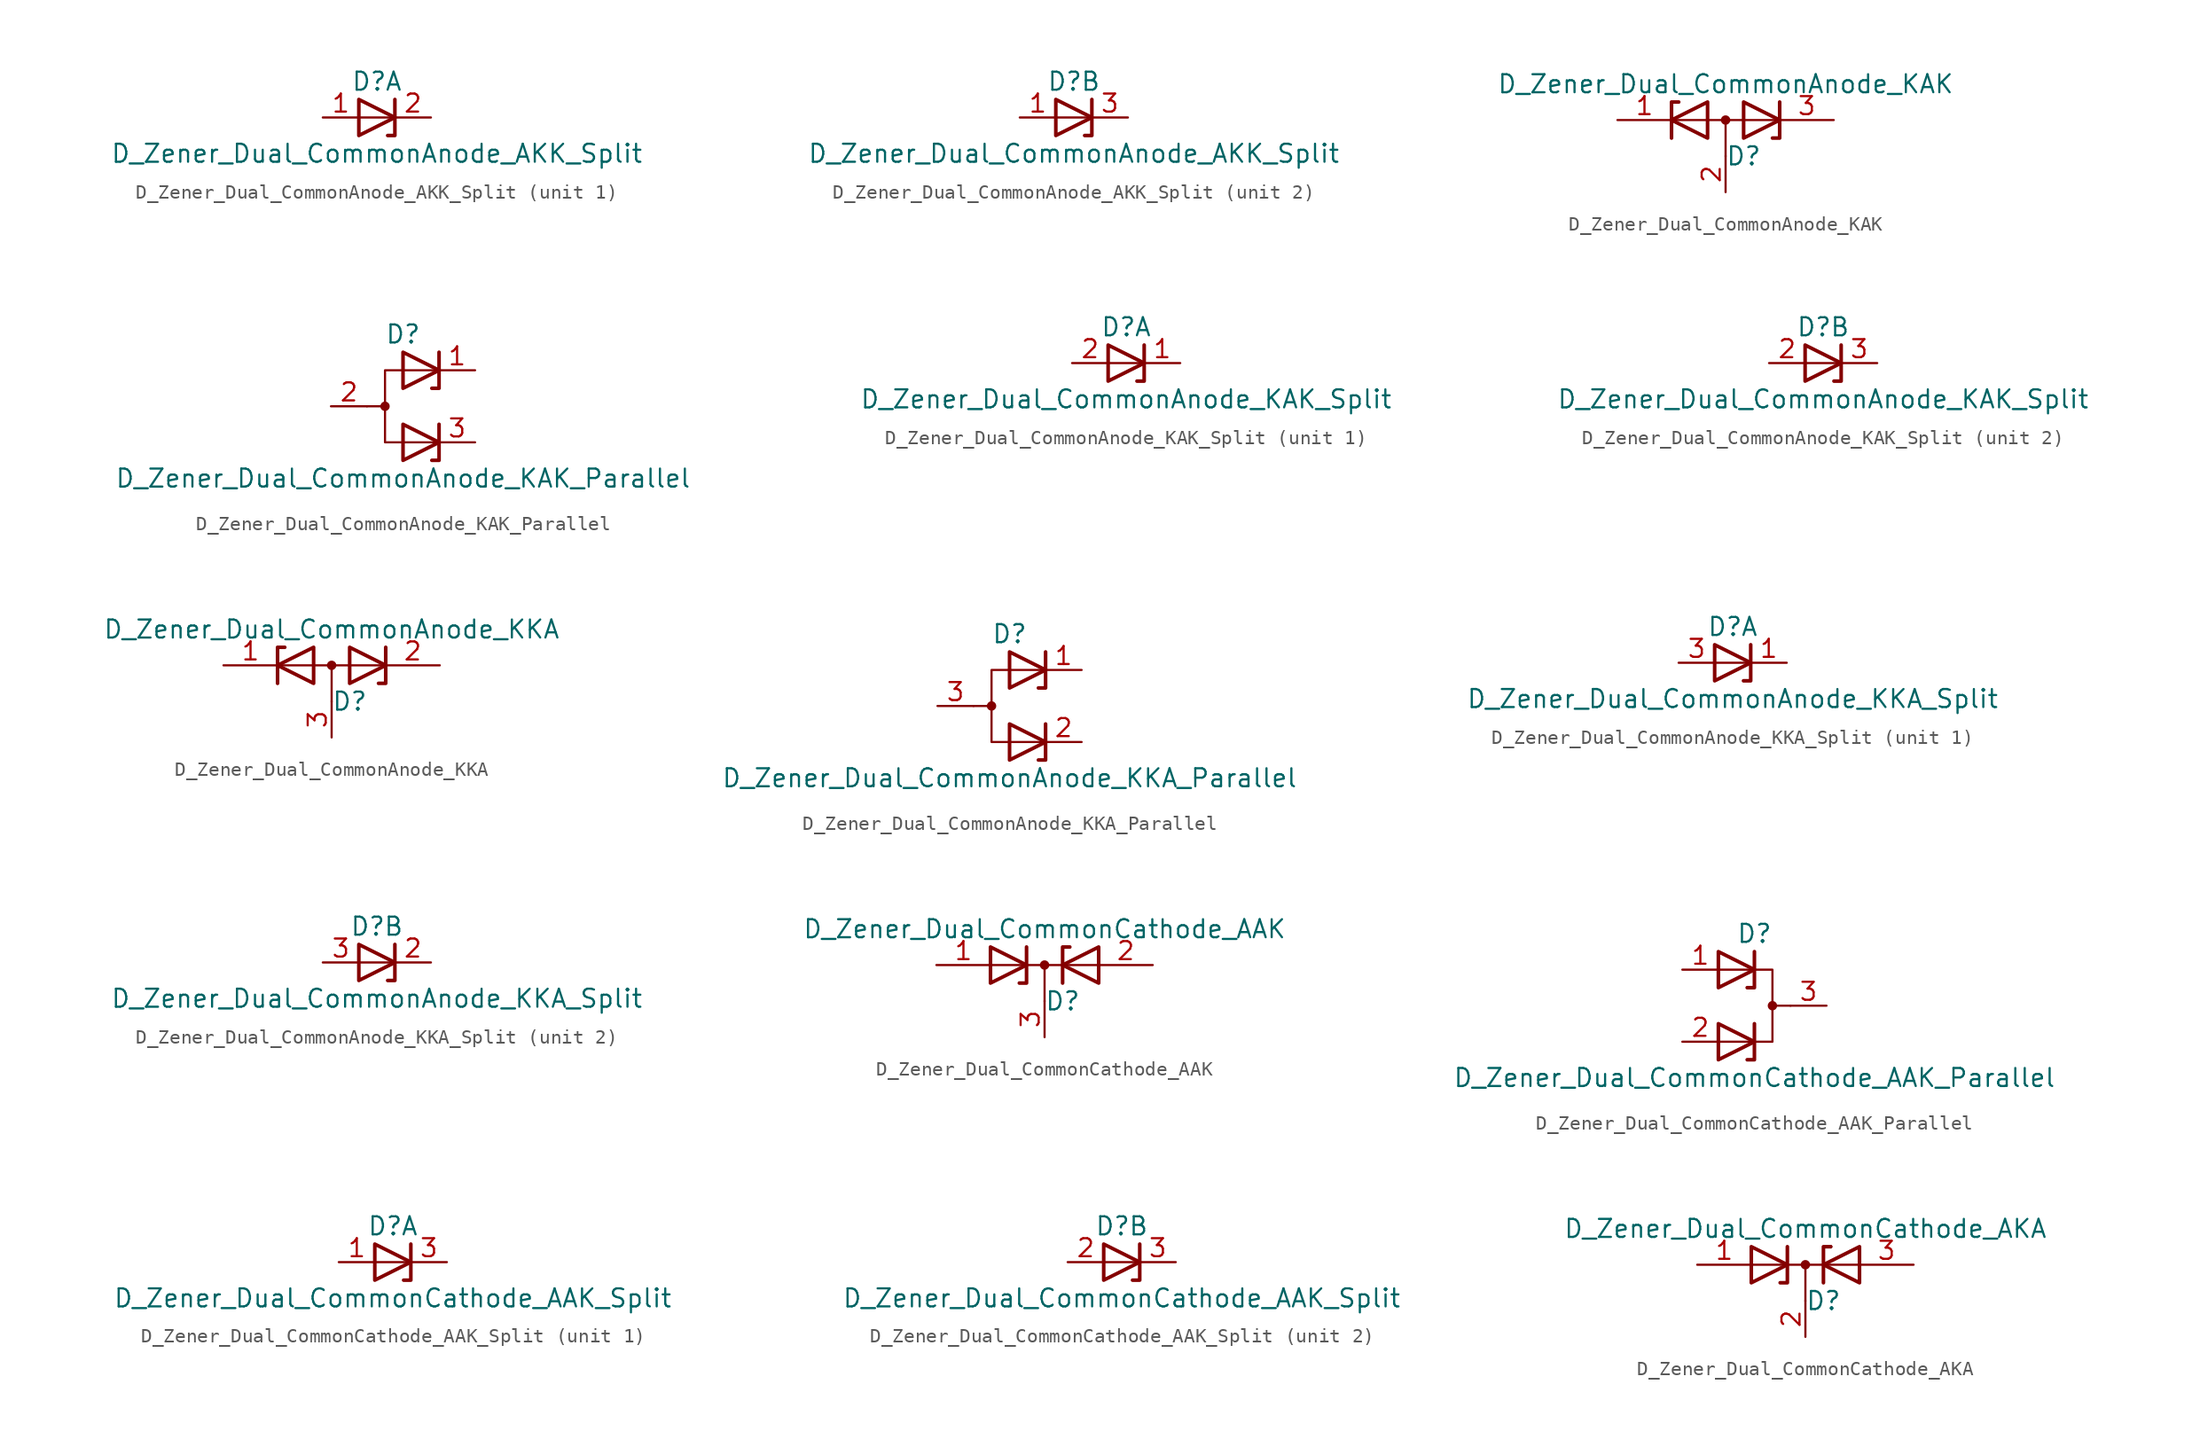
<source format=kicad_sym>
(kicad_symbol_lib
  (version 20241209)
  (generator "kicad_symbol_editor")
  (generator_version "9.0")
  (symbol "D_Zener_Dual_CommonAnode_AKK_Split"
    (pin_names
      (offset 0.762)
      (hide yes))
    (property "Reference" "D"
      (at 0 2.54 0)
      (effects (font (size 1.27 1.27))))
    (property "Value" "D_Zener_Dual_CommonAnode_AKK_Split"
      (at 0 -2.54 0)
      (effects (font (size 1.27 1.27))))
    (property "ki_locked" ""
      (at 0 0 0)
      (effects (font (size 1.27 1.27))))
    (symbol "D_Zener_Dual_CommonAnode_AKK_Split_0_0"
      (polyline (pts (xy 1.27 1.27) (xy 1.27 -1.27) (xy 0.762 -1.27)) (stroke (width 0.254) (type default)) (fill (type none))))
    (symbol "D_Zener_Dual_CommonAnode_AKK_Split_0_1"
      (polyline (pts (xy -1.27 1.27) (xy 1.27 0) (xy -1.27 -1.27) (xy -1.27 1.27) (xy -1.27 1.27) (xy -1.27 1.27)) (stroke (width 0.254) (type default)) (fill (type none)))
      (polyline (pts (xy 1.27 0) (xy -1.27 0)) (stroke (width 0) (type default)) (fill (type none)))
      (pin passive line (at -3.81 0 0) (length 2.54) (name "A" (effects (font (size 1.27 1.27)))) (number "1" (effects (font (size 1.27 1.27))))))
    (symbol "D_Zener_Dual_CommonAnode_AKK_Split_1_1"
      (pin passive line (at 3.81 0 180) (length 2.54) (name "K" (effects (font (size 1.27 1.27)))) (number "2" (effects (font (size 1.27 1.27))))))
    (symbol "D_Zener_Dual_CommonAnode_AKK_Split_2_1"
      (pin passive line (at 3.81 0 180) (length 2.54) (name "K" (effects (font (size 1.27 1.27)))) (number "3" (effects (font (size 1.27 1.27)))))))
  (symbol "D_Zener_Dual_CommonAnode_KAK"
    (pin_names
      (offset 0.762)
      (hide yes))
    (property "Reference" "D"
      (at 1.27 -2.54 0)
      (effects (font (size 1.27 1.27))))
    (property "Value" "D_Zener_Dual_CommonAnode_KAK"
      (at 0 2.54 0)
      (effects (font (size 1.27 1.27))))
    (symbol "D_Zener_Dual_CommonAnode_KAK_0_1"
      (polyline (pts (xy -3.81 -1.27) (xy -3.81 1.27) (xy -3.302 1.27)) (stroke (width 0.254) (type default)) (fill (type none)))
      (polyline (pts (xy -3.556 0) (xy 3.81 0)) (stroke (width 0) (type default)) (fill (type none)))
      (polyline (pts (xy -1.27 -1.27) (xy -3.81 0) (xy -1.27 1.27) (xy -1.27 -1.27) (xy -1.27 -1.27) (xy -1.27 -1.27)) (stroke (width 0.254) (type default)) (fill (type none)))
      (polyline (pts (xy 0 0) (xy 0 -2.54)) (stroke (width 0) (type default)) (fill (type none)))
      (circle (center 0 0) (radius 0.254) (stroke (width 0) (type default)) (fill (type outline)))
      (polyline (pts (xy 1.27 1.27) (xy 3.81 0) (xy 1.27 -1.27) (xy 1.27 1.27) (xy 1.27 1.27) (xy 1.27 1.27)) (stroke (width 0.254) (type default)) (fill (type none)))
      (polyline (pts (xy 3.302 -1.27) (xy 3.81 -1.27) (xy 3.81 1.27)) (stroke (width 0.254) (type default)) (fill (type none)))
      (pin passive line (at -7.62 0 0) (length 3.81) (name "K" (effects (font (size 1.27 1.27)))) (number "1" (effects (font (size 1.27 1.27)))))
      (pin passive line (at 0 -5.08 90) (length 2.54) (name "A" (effects (font (size 1.27 1.27)))) (number "2" (effects (font (size 1.27 1.27)))))
      (pin passive line (at 7.62 0 180) (length 3.81) (name "K" (effects (font (size 1.27 1.27)))) (number "3" (effects (font (size 1.27 1.27)))))))
  (symbol "D_Zener_Dual_CommonAnode_KAK_Parallel"
    (pin_names
      (offset 0.762)
      (hide yes))
    (property "Reference" "D"
      (at 0 5.08 0)
      (effects (font (size 1.27 1.27))))
    (property "Value" "D_Zener_Dual_CommonAnode_KAK_Parallel"
      (at 0 -5.08 0)
      (effects (font (size 1.27 1.27))))
    (symbol "D_Zener_Dual_CommonAnode_KAK_Parallel_0_0"
      (polyline (pts (xy 2.032 1.27) (xy 2.54 1.27) (xy 2.54 3.81)) (stroke (width 0.254) (type default)) (fill (type none)))
      (polyline (pts (xy 2.54 -1.27) (xy 2.54 -3.81) (xy 2.032 -3.81)) (stroke (width 0.254) (type default)) (fill (type none))))
    (symbol "D_Zener_Dual_CommonAnode_KAK_Parallel_0_1"
      (circle (center -1.27 0) (radius 0.254) (stroke (width 0) (type default)) (fill (type outline)))
      (polyline (pts (xy -1.27 0) (xy -2.54 0)) (stroke (width 0) (type default)) (fill (type none)))
      (polyline (pts (xy 0 3.81) (xy 2.54 2.54) (xy 0 1.27) (xy 0 3.81) (xy 0 3.81) (xy 0 3.81)) (stroke (width 0.254) (type default)) (fill (type none)))
      (polyline (pts (xy 0 -1.27) (xy 2.54 -2.54) (xy 0 -3.81) (xy 0 -1.27) (xy 0 -1.27) (xy 0 -1.27)) (stroke (width 0.254) (type default)) (fill (type none)))
      (polyline (pts (xy 2.54 2.54) (xy -1.27 2.54) (xy -1.27 -2.54) (xy 2.54 -2.54)) (stroke (width 0) (type default)) (fill (type none)))
      (pin passive line (at -5.08 0 0) (length 2.54) (name "A" (effects (font (size 1.27 1.27)))) (number "2" (effects (font (size 1.27 1.27)))))
      (pin passive line (at 5.08 2.54 180) (length 2.54) (name "K" (effects (font (size 1.27 1.27)))) (number "1" (effects (font (size 1.27 1.27)))))
      (pin passive line (at 5.08 -2.54 180) (length 2.54) (name "K" (effects (font (size 1.27 1.27)))) (number "3" (effects (font (size 1.27 1.27)))))))
  (symbol "D_Zener_Dual_CommonAnode_KAK_Split"
    (pin_names
      (offset 0.762)
      (hide yes))
    (property "Reference" "D"
      (at 0 2.54 0)
      (effects (font (size 1.27 1.27))))
    (property "Value" "D_Zener_Dual_CommonAnode_KAK_Split"
      (at 0 -2.54 0)
      (effects (font (size 1.27 1.27))))
    (property "ki_locked" ""
      (at 0 0 0)
      (effects (font (size 1.27 1.27))))
    (symbol "D_Zener_Dual_CommonAnode_KAK_Split_0_0"
      (polyline (pts (xy 1.27 1.27) (xy 1.27 -1.27) (xy 0.762 -1.27)) (stroke (width 0.254) (type default)) (fill (type none))))
    (symbol "D_Zener_Dual_CommonAnode_KAK_Split_0_1"
      (polyline (pts (xy -1.27 1.27) (xy 1.27 0) (xy -1.27 -1.27) (xy -1.27 1.27) (xy -1.27 1.27) (xy -1.27 1.27)) (stroke (width 0.254) (type default)) (fill (type none)))
      (polyline (pts (xy 1.27 0) (xy -1.27 0)) (stroke (width 0) (type default)) (fill (type none)))
      (pin passive line (at -3.81 0 0) (length 2.54) (name "A" (effects (font (size 1.27 1.27)))) (number "2" (effects (font (size 1.27 1.27))))))
    (symbol "D_Zener_Dual_CommonAnode_KAK_Split_1_1"
      (pin passive line (at 3.81 0 180) (length 2.54) (name "K" (effects (font (size 1.27 1.27)))) (number "1" (effects (font (size 1.27 1.27))))))
    (symbol "D_Zener_Dual_CommonAnode_KAK_Split_2_1"
      (pin passive line (at 3.81 0 180) (length 2.54) (name "K" (effects (font (size 1.27 1.27)))) (number "3" (effects (font (size 1.27 1.27)))))))
  (symbol "D_Zener_Dual_CommonAnode_KKA"
    (pin_names
      (offset 0.762)
      (hide yes))
    (property "Reference" "D"
      (at 1.27 -2.54 0)
      (effects (font (size 1.27 1.27))))
    (property "Value" "D_Zener_Dual_CommonAnode_KKA"
      (at 0 2.54 0)
      (effects (font (size 1.27 1.27))))
    (symbol "D_Zener_Dual_CommonAnode_KKA_0_1"
      (polyline (pts (xy -3.81 -1.27) (xy -3.81 1.27) (xy -3.302 1.27)) (stroke (width 0.254) (type default)) (fill (type none)))
      (polyline (pts (xy -3.556 0) (xy 3.81 0)) (stroke (width 0) (type default)) (fill (type none)))
      (polyline (pts (xy -1.27 -1.27) (xy -3.81 0) (xy -1.27 1.27) (xy -1.27 -1.27) (xy -1.27 -1.27) (xy -1.27 -1.27)) (stroke (width 0.254) (type default)) (fill (type none)))
      (polyline (pts (xy 0 0) (xy 0 -2.54)) (stroke (width 0) (type default)) (fill (type none)))
      (circle (center 0 0) (radius 0.254) (stroke (width 0) (type default)) (fill (type outline)))
      (polyline (pts (xy 1.27 1.27) (xy 3.81 0) (xy 1.27 -1.27) (xy 1.27 1.27) (xy 1.27 1.27) (xy 1.27 1.27)) (stroke (width 0.254) (type default)) (fill (type none)))
      (polyline (pts (xy 3.302 -1.27) (xy 3.81 -1.27) (xy 3.81 1.27)) (stroke (width 0.254) (type default)) (fill (type none)))
      (pin passive line (at -7.62 0 0) (length 3.81) (name "K" (effects (font (size 1.27 1.27)))) (number "1" (effects (font (size 1.27 1.27)))))
      (pin passive line (at 0 -5.08 90) (length 2.54) (name "A" (effects (font (size 1.27 1.27)))) (number "3" (effects (font (size 1.27 1.27)))))
      (pin passive line (at 7.62 0 180) (length 3.81) (name "K" (effects (font (size 1.27 1.27)))) (number "2" (effects (font (size 1.27 1.27)))))))
  (symbol "D_Zener_Dual_CommonAnode_KKA_Parallel"
    (pin_names
      (offset 0.762)
      (hide yes))
    (property "Reference" "D"
      (at 0 5.08 0)
      (effects (font (size 1.27 1.27))))
    (property "Value" "D_Zener_Dual_CommonAnode_KKA_Parallel"
      (at 0 -5.08 0)
      (effects (font (size 1.27 1.27))))
    (symbol "D_Zener_Dual_CommonAnode_KKA_Parallel_0_0"
      (polyline (pts (xy 2.032 1.27) (xy 2.54 1.27) (xy 2.54 3.81)) (stroke (width 0.254) (type default)) (fill (type none)))
      (polyline (pts (xy 2.54 -1.27) (xy 2.54 -3.81) (xy 2.032 -3.81)) (stroke (width 0.254) (type default)) (fill (type none))))
    (symbol "D_Zener_Dual_CommonAnode_KKA_Parallel_0_1"
      (circle (center -1.27 0) (radius 0.254) (stroke (width 0) (type default)) (fill (type outline)))
      (polyline (pts (xy -1.27 0) (xy -2.54 0)) (stroke (width 0) (type default)) (fill (type none)))
      (polyline (pts (xy 0 3.81) (xy 2.54 2.54) (xy 0 1.27) (xy 0 3.81) (xy 0 3.81) (xy 0 3.81)) (stroke (width 0.254) (type default)) (fill (type none)))
      (polyline (pts (xy 0 -1.27) (xy 2.54 -2.54) (xy 0 -3.81) (xy 0 -1.27) (xy 0 -1.27) (xy 0 -1.27)) (stroke (width 0.254) (type default)) (fill (type none)))
      (polyline (pts (xy 2.54 2.54) (xy -1.27 2.54) (xy -1.27 -2.54) (xy 2.54 -2.54)) (stroke (width 0) (type default)) (fill (type none)))
      (pin passive line (at -5.08 0 0) (length 2.54) (name "A" (effects (font (size 1.27 1.27)))) (number "3" (effects (font (size 1.27 1.27)))))
      (pin passive line (at 5.08 2.54 180) (length 2.54) (name "K" (effects (font (size 1.27 1.27)))) (number "1" (effects (font (size 1.27 1.27)))))
      (pin passive line (at 5.08 -2.54 180) (length 2.54) (name "K" (effects (font (size 1.27 1.27)))) (number "2" (effects (font (size 1.27 1.27)))))))
  (symbol "D_Zener_Dual_CommonAnode_KKA_Split"
    (pin_names
      (offset 0.762)
      (hide yes))
    (property "Reference" "D"
      (at 0 2.54 0)
      (effects (font (size 1.27 1.27))))
    (property "Value" "D_Zener_Dual_CommonAnode_KKA_Split"
      (at 0 -2.54 0)
      (effects (font (size 1.27 1.27))))
    (property "ki_locked" ""
      (at 0 0 0)
      (effects (font (size 1.27 1.27))))
    (symbol "D_Zener_Dual_CommonAnode_KKA_Split_0_0"
      (polyline (pts (xy 1.27 1.27) (xy 1.27 -1.27) (xy 0.762 -1.27)) (stroke (width 0.254) (type default)) (fill (type none))))
    (symbol "D_Zener_Dual_CommonAnode_KKA_Split_0_1"
      (polyline (pts (xy -1.27 1.27) (xy 1.27 0) (xy -1.27 -1.27) (xy -1.27 1.27) (xy -1.27 1.27) (xy -1.27 1.27)) (stroke (width 0.254) (type default)) (fill (type none)))
      (polyline (pts (xy 1.27 0) (xy -1.27 0)) (stroke (width 0) (type default)) (fill (type none)))
      (pin passive line (at -3.81 0 0) (length 2.54) (name "A" (effects (font (size 1.27 1.27)))) (number "3" (effects (font (size 1.27 1.27))))))
    (symbol "D_Zener_Dual_CommonAnode_KKA_Split_1_1"
      (pin passive line (at 3.81 0 180) (length 2.54) (name "K" (effects (font (size 1.27 1.27)))) (number "1" (effects (font (size 1.27 1.27))))))
    (symbol "D_Zener_Dual_CommonAnode_KKA_Split_2_1"
      (pin passive line (at 3.81 0 180) (length 2.54) (name "K" (effects (font (size 1.27 1.27)))) (number "2" (effects (font (size 1.27 1.27)))))))
  (symbol "D_Zener_Dual_CommonCathode_AAK"
    (pin_names
      (offset 0.762)
      (hide yes))
    (property "Reference" "D"
      (at 1.27 -2.54 0)
      (effects (font (size 1.27 1.27))))
    (property "Value" "D_Zener_Dual_CommonCathode_AAK"
      (at 0 2.54 0)
      (effects (font (size 1.27 1.27))))
    (symbol "D_Zener_Dual_CommonCathode_AAK_0_1"
      (polyline (pts (xy -3.81 1.27) (xy -1.27 0) (xy -3.81 -1.27) (xy -3.81 1.27) (xy -3.81 1.27) (xy -3.81 1.27)) (stroke (width 0.254) (type default)) (fill (type none)))
      (polyline (pts (xy -3.81 0) (xy 3.81 0)) (stroke (width 0) (type default)) (fill (type none)))
      (polyline (pts (xy -1.27 1.27) (xy -1.27 -1.27) (xy -1.778 -1.27)) (stroke (width 0.254) (type default)) (fill (type none)))
      (polyline (pts (xy 0 0) (xy 0 -2.54)) (stroke (width 0) (type default)) (fill (type none)))
      (circle (center 0 0) (radius 0.254) (stroke (width 0) (type default)) (fill (type outline)))
      (polyline (pts (xy 1.27 -1.27) (xy 1.27 1.27) (xy 1.778 1.27)) (stroke (width 0.254) (type default)) (fill (type none)))
      (polyline (pts (xy 3.81 -1.27) (xy 1.27 0) (xy 3.81 1.27) (xy 3.81 -1.27) (xy 3.81 -1.27) (xy 3.81 -1.27)) (stroke (width 0.254) (type default)) (fill (type none)))
      (pin passive line (at -7.62 0 0) (length 3.81) (name "A" (effects (font (size 1.27 1.27)))) (number "1" (effects (font (size 1.27 1.27)))))
      (pin passive line (at 0 -5.08 90) (length 2.54) (name "K" (effects (font (size 1.27 1.27)))) (number "3" (effects (font (size 1.27 1.27)))))
      (pin passive line (at 7.62 0 180) (length 3.81) (name "A" (effects (font (size 1.27 1.27)))) (number "2" (effects (font (size 1.27 1.27)))))))
  (symbol "D_Zener_Dual_CommonCathode_AAK_Parallel"
    (pin_names
      (offset 0.762)
      (hide yes))
    (property "Reference" "D"
      (at 0 5.08 0)
      (effects (font (size 1.27 1.27))))
    (property "Value" "D_Zener_Dual_CommonCathode_AAK_Parallel"
      (at 0 -5.08 0)
      (effects (font (size 1.27 1.27))))
    (symbol "D_Zener_Dual_CommonCathode_AAK_Parallel_0_0"
      (polyline (pts (xy 0 3.81) (xy 0 1.27) (xy -0.508 1.27)) (stroke (width 0.254) (type default)) (fill (type none)))
      (polyline (pts (xy 0 -1.27) (xy 0 -3.81) (xy -0.508 -3.81)) (stroke (width 0.254) (type default)) (fill (type none))))
    (symbol "D_Zener_Dual_CommonCathode_AAK_Parallel_0_1"
      (polyline (pts (xy -2.54 3.81) (xy 0 2.54) (xy -2.54 1.27) (xy -2.54 3.81) (xy -2.54 3.81) (xy -2.54 3.81)) (stroke (width 0.254) (type default)) (fill (type none)))
      (polyline (pts (xy -2.54 -1.27) (xy 0 -2.54) (xy -2.54 -3.81) (xy -2.54 -1.27) (xy -2.54 -1.27) (xy -2.54 -1.27)) (stroke (width 0.254) (type default)) (fill (type none)))
      (polyline (pts (xy -2.54 -2.54) (xy 1.27 -2.54) (xy 1.27 2.54) (xy -2.54 2.54)) (stroke (width 0) (type default)) (fill (type none)))
      (polyline (pts (xy 1.27 0) (xy 2.54 0)) (stroke (width 0) (type default)) (fill (type none)))
      (circle (center 1.27 0) (radius 0.254) (stroke (width 0) (type default)) (fill (type outline)))
      (pin passive line (at -5.08 2.54 0) (length 2.54) (name "A" (effects (font (size 1.27 1.27)))) (number "1" (effects (font (size 1.27 1.27)))))
      (pin passive line (at -5.08 -2.54 0) (length 2.54) (name "A" (effects (font (size 1.27 1.27)))) (number "2" (effects (font (size 1.27 1.27)))))
      (pin passive line (at 5.08 0 180) (length 2.54) (name "K" (effects (font (size 1.27 1.27)))) (number "3" (effects (font (size 1.27 1.27)))))))
  (symbol "D_Zener_Dual_CommonCathode_AAK_Split"
    (pin_names
      (offset 0.762)
      (hide yes))
    (property "Reference" "D"
      (at 0 2.54 0)
      (effects (font (size 1.27 1.27))))
    (property "Value" "D_Zener_Dual_CommonCathode_AAK_Split"
      (at 0 -2.54 0)
      (effects (font (size 1.27 1.27))))
    (property "ki_locked" ""
      (at 0 0 0)
      (effects (font (size 1.27 1.27))))
    (symbol "D_Zener_Dual_CommonCathode_AAK_Split_0_0"
      (polyline (pts (xy 1.27 1.27) (xy 1.27 -1.27) (xy 0.762 -1.27)) (stroke (width 0.254) (type default)) (fill (type none))))
    (symbol "D_Zener_Dual_CommonCathode_AAK_Split_0_1"
      (polyline (pts (xy -1.27 1.27) (xy 1.27 0) (xy -1.27 -1.27) (xy -1.27 1.27) (xy -1.27 1.27) (xy -1.27 1.27)) (stroke (width 0.254) (type default)) (fill (type none)))
      (polyline (pts (xy 1.27 0) (xy -1.27 0)) (stroke (width 0) (type default)) (fill (type none)))
      (pin passive line (at 3.81 0 180) (length 2.54) (name "K" (effects (font (size 1.27 1.27)))) (number "3" (effects (font (size 1.27 1.27))))))
    (symbol "D_Zener_Dual_CommonCathode_AAK_Split_1_1"
      (pin passive line (at -3.81 0 0) (length 2.54) (name "A" (effects (font (size 1.27 1.27)))) (number "1" (effects (font (size 1.27 1.27))))))
    (symbol "D_Zener_Dual_CommonCathode_AAK_Split_2_1"
      (pin passive line (at -3.81 0 0) (length 2.54) (name "A" (effects (font (size 1.27 1.27)))) (number "2" (effects (font (size 1.27 1.27)))))))
  (symbol "D_Zener_Dual_CommonCathode_AKA"
    (pin_names
      (offset 0.762)
      (hide yes))
    (property "Reference" "D"
      (at 1.27 -2.54 0)
      (effects (font (size 1.27 1.27))))
    (property "Value" "D_Zener_Dual_CommonCathode_AKA"
      (at 0 2.54 0)
      (effects (font (size 1.27 1.27))))
    (symbol "D_Zener_Dual_CommonCathode_AKA_0_1"
      (polyline (pts (xy -3.81 1.27) (xy -1.27 0) (xy -3.81 -1.27) (xy -3.81 1.27) (xy -3.81 1.27) (xy -3.81 1.27)) (stroke (width 0.254) (type default)) (fill (type none)))
      (polyline (pts (xy -1.778 -1.27) (xy -1.27 -1.27) (xy -1.27 1.27)) (stroke (width 0.254) (type default)) (fill (type none)))
      (polyline (pts (xy 0 0) (xy 0 -2.54)) (stroke (width 0) (type default)) (fill (type none)))
      (circle (center 0 0) (radius 0.254) (stroke (width 0) (type default)) (fill (type outline)))
      (polyline (pts (xy 1.27 -1.27) (xy 1.27 1.27) (xy 1.778 1.27)) (stroke (width 0.254) (type default)) (fill (type none)))
      (polyline (pts (xy 1.778 1.27) (xy 1.778 1.27)) (stroke (width 0.254) (type default)) (fill (type none)))
      (polyline (pts (xy 3.81 0) (xy -3.81 0)) (stroke (width 0) (type default)) (fill (type none)))
      (polyline (pts (xy 3.81 -1.27) (xy 1.27 0) (xy 3.81 1.27) (xy 3.81 -1.27) (xy 3.81 -1.27) (xy 3.81 -1.27)) (stroke (width 0.254) (type default)) (fill (type none)))
      (pin passive line (at -7.62 0 0) (length 3.81) (name "A" (effects (font (size 1.27 1.27)))) (number "1" (effects (font (size 1.27 1.27)))))
      (pin passive line (at 0 -5.08 90) (length 2.54) (name "K" (effects (font (size 1.27 1.27)))) (number "2" (effects (font (size 1.27 1.27)))))
      (pin passive line (at 7.62 0 180) (length 3.81) (name "A" (effects (font (size 1.27 1.27)))) (number "3" (effects (font (size 1.27 1.27))))))))
</source>
